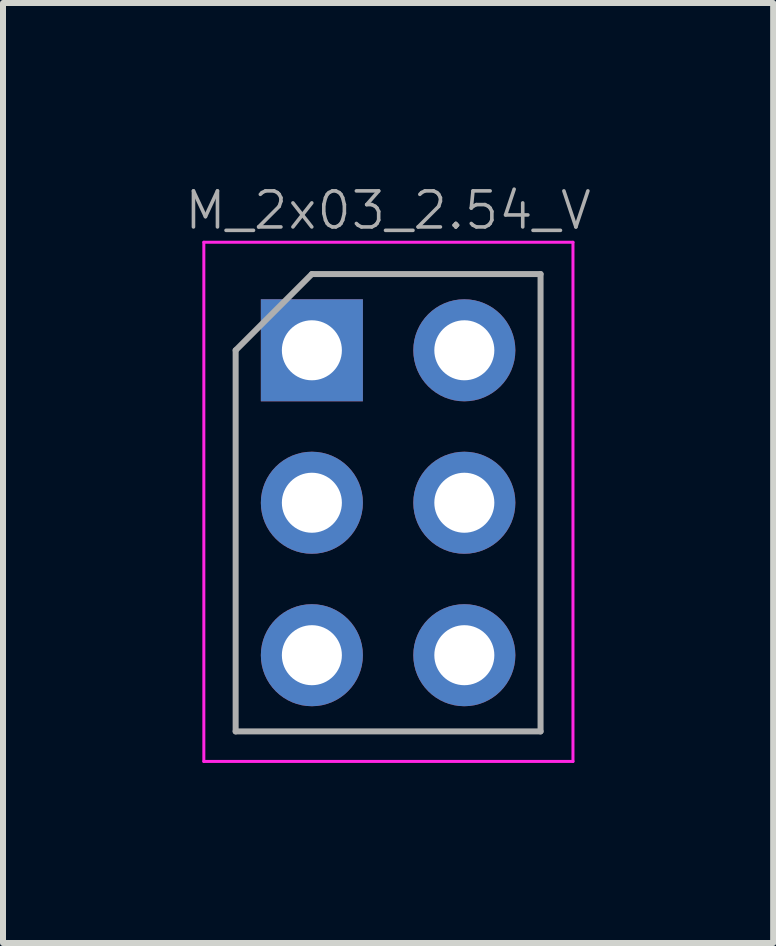
<source format=kicad_pcb>
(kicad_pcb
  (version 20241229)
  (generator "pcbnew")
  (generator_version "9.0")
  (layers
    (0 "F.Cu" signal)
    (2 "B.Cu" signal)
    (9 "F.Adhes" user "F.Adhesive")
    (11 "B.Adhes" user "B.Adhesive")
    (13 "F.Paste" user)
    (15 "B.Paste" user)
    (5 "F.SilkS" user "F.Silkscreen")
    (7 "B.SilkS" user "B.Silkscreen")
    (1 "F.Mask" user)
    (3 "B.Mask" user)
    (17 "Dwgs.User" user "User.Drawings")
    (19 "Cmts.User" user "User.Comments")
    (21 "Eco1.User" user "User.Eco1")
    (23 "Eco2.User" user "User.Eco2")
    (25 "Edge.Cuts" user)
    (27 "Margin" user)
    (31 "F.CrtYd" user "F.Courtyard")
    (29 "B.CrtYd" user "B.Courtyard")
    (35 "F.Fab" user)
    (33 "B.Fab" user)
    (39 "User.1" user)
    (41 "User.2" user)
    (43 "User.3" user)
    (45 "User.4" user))
  (footprint "M_2x03_2.54_V"
    (layer "F.Cu")
    (at 2.146 2.786)
    (property "Reference" "M_2x03_2.54_V" (at 1.27 -2.33 0) (layer "F.Fab") (effects (font (size 0.6 0.6) (thickness 0.06))))
    (attr through_hole)
    (fp_line (start -1.8 -1.8) (end -1.8 6.85) (stroke (width 0.05) (type solid)) (layer "F.CrtYd"))
    (fp_line (start -1.8 6.85) (end 4.35 6.85) (stroke (width 0.05) (type solid)) (layer "F.CrtYd"))
    (fp_line (start 4.35 -1.8) (end -1.8 -1.8) (stroke (width 0.05) (type solid)) (layer "F.CrtYd"))
    (fp_line (start 4.35 6.85) (end 4.35 -1.8) (stroke (width 0.05) (type solid)) (layer "F.CrtYd"))
    (fp_line (start -1.27 0) (end 0 -1.27) (stroke (width 0.1) (type solid)) (layer "F.Fab"))
    (fp_line (start -1.27 6.35) (end -1.27 0) (stroke (width 0.1) (type solid)) (layer "F.Fab"))
    (fp_line (start 0 -1.27) (end 3.81 -1.27) (stroke (width 0.1) (type solid)) (layer "F.Fab"))
    (fp_line (start 3.81 -1.27) (end 3.81 6.35) (stroke (width 0.1) (type solid)) (layer "F.Fab"))
    (fp_line (start 3.81 6.35) (end -1.27 6.35) (stroke (width 0.1) (type solid)) (layer "F.Fab"))
    (pad "1" thru_hole rect (at 0 0) (size 1.7 1.7) (drill 1) (layers "*.Cu" "*.Mask"))
    (pad "2" thru_hole oval (at 2.54 0) (size 1.7 1.7) (drill 1) (layers "*.Cu" "*.Mask"))
    (pad "3" thru_hole oval (at 0 2.54) (size 1.7 1.7) (drill 1) (layers "*.Cu" "*.Mask"))
    (pad "4" thru_hole oval (at 2.54 2.54) (size 1.7 1.7) (drill 1) (layers "*.Cu" "*.Mask"))
    (pad "5" thru_hole oval (at 0 5.08) (size 1.7 1.7) (drill 1) (layers "*.Cu" "*.Mask"))
    (pad "6" thru_hole oval (at 2.54 5.08) (size 1.7 1.7) (drill 1) (layers "*.Cu" "*.Mask")))
  (gr_rect
    (start -3 -3)
    (end 9.831 12.661)
    (stroke (width 0.1) (type default))
    (fill no)
    (layer "Edge.Cuts")))
</source>
